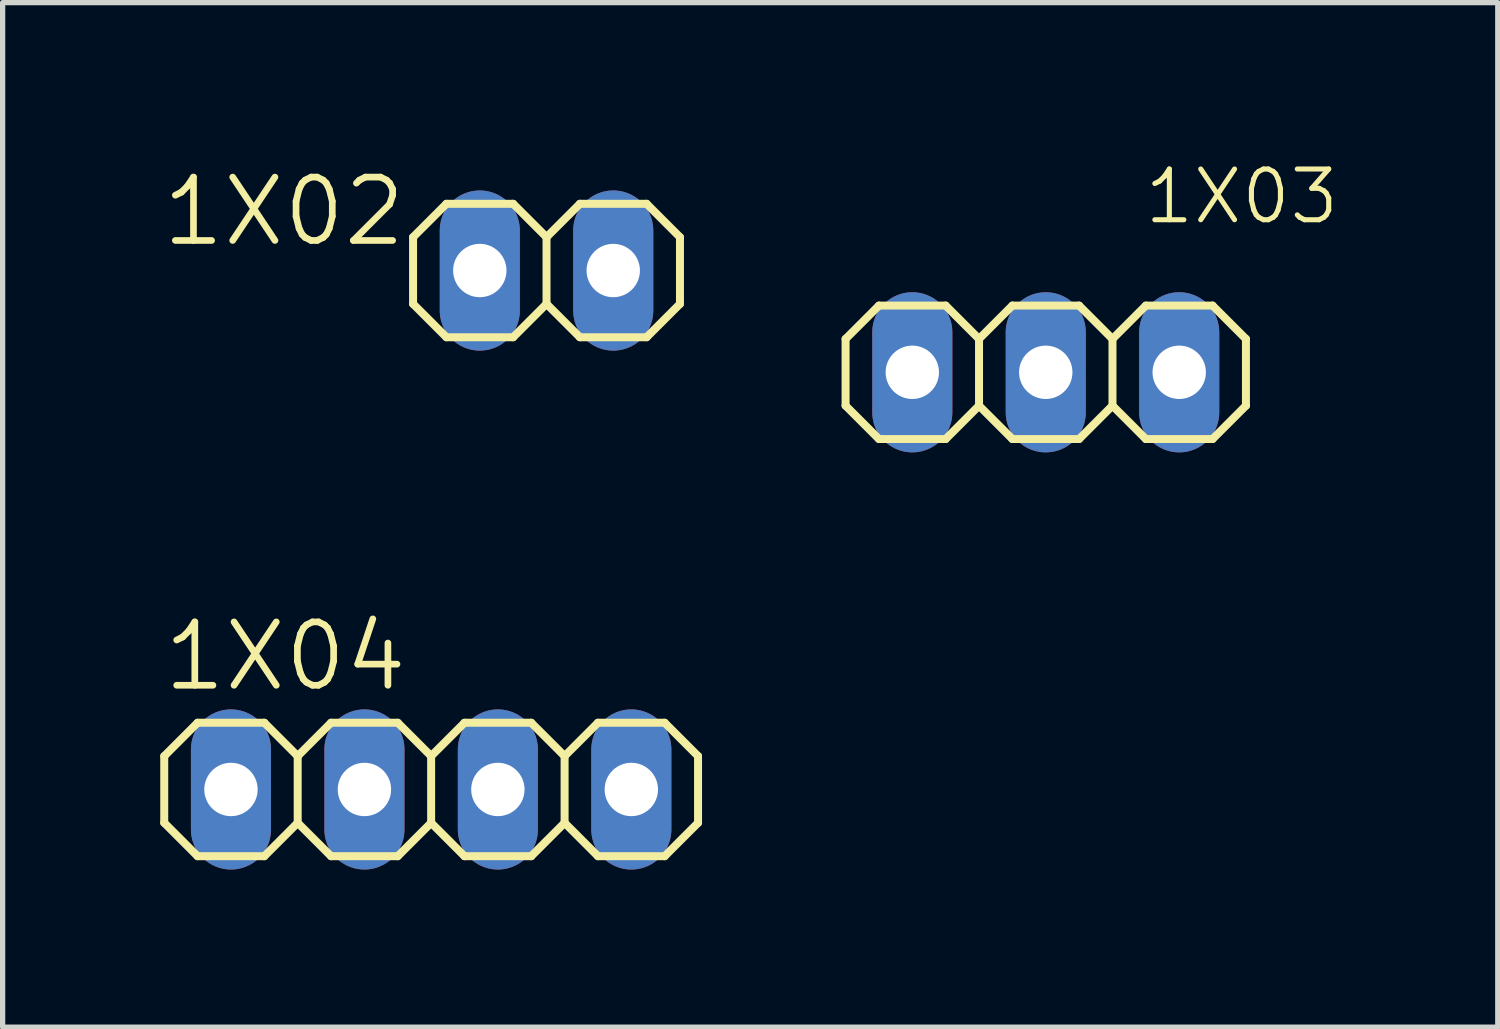
<source format=kicad_pcb>
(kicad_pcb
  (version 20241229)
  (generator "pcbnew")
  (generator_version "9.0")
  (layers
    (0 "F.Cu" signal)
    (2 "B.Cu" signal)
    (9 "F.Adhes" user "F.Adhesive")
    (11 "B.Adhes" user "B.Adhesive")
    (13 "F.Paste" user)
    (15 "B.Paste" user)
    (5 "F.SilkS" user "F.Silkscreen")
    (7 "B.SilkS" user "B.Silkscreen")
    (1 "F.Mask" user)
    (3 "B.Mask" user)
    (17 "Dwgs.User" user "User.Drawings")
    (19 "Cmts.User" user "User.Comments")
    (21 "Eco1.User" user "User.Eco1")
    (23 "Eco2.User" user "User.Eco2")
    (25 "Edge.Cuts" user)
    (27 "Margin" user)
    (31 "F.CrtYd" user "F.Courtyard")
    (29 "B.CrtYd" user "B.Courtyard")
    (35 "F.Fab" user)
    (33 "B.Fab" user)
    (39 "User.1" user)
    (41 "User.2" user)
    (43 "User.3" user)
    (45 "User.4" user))
  (footprint "1X04"
    (layer "F.Cu")
    (at 5.156 11.976)
    (property "Reference" "1X04" (at -5.156 -1.829 0) (layer "F.SilkS") (effects (font (size 1.206 1.206) (thickness 0.127)) (justify left bottom)))
    (attr through_hole)
    (fp_line (start -5.08 -0.635) (end -5.08 0.635) (stroke (width 0.152) (type solid)) (layer "F.SilkS"))
    (fp_line (start -5.08 0.635) (end -4.445 1.27) (stroke (width 0.152) (type solid)) (layer "F.SilkS"))
    (fp_line (start -4.445 -1.27) (end -5.08 -0.635) (stroke (width 0.152) (type solid)) (layer "F.SilkS"))
    (fp_line (start -4.445 -1.27) (end -3.175 -1.27) (stroke (width 0.152) (type solid)) (layer "F.SilkS"))
    (fp_line (start -3.175 -1.27) (end -2.54 -0.635) (stroke (width 0.152) (type solid)) (layer "F.SilkS"))
    (fp_line (start -3.175 1.27) (end -4.445 1.27) (stroke (width 0.152) (type solid)) (layer "F.SilkS"))
    (fp_line (start -2.54 -0.635) (end -2.54 0.635) (stroke (width 0.152) (type solid)) (layer "F.SilkS"))
    (fp_line (start -2.54 -0.635) (end -1.905 -1.27) (stroke (width 0.152) (type solid)) (layer "F.SilkS"))
    (fp_line (start -2.54 0.635) (end -3.175 1.27) (stroke (width 0.152) (type solid)) (layer "F.SilkS"))
    (fp_line (start -1.905 -1.27) (end -0.635 -1.27) (stroke (width 0.152) (type solid)) (layer "F.SilkS"))
    (fp_line (start -1.905 1.27) (end -2.54 0.635) (stroke (width 0.152) (type solid)) (layer "F.SilkS"))
    (fp_line (start -0.635 -1.27) (end 0 -0.635) (stroke (width 0.152) (type solid)) (layer "F.SilkS"))
    (fp_line (start -0.635 1.27) (end -1.905 1.27) (stroke (width 0.152) (type solid)) (layer "F.SilkS"))
    (fp_line (start 0 -0.635) (end 0 0.635) (stroke (width 0.152) (type solid)) (layer "F.SilkS"))
    (fp_line (start 0 -0.635) (end 0.635 -1.27) (stroke (width 0.152) (type solid)) (layer "F.SilkS"))
    (fp_line (start 0 0.635) (end -0.635 1.27) (stroke (width 0.152) (type solid)) (layer "F.SilkS"))
    (fp_line (start 0.635 -1.27) (end 1.905 -1.27) (stroke (width 0.152) (type solid)) (layer "F.SilkS"))
    (fp_line (start 0.635 1.27) (end 0 0.635) (stroke (width 0.152) (type solid)) (layer "F.SilkS"))
    (fp_line (start 1.905 -1.27) (end 2.54 -0.635) (stroke (width 0.152) (type solid)) (layer "F.SilkS"))
    (fp_line (start 1.905 1.27) (end 0.635 1.27) (stroke (width 0.152) (type solid)) (layer "F.SilkS"))
    (fp_line (start 2.54 -0.635) (end 2.54 0.635) (stroke (width 0.152) (type solid)) (layer "F.SilkS"))
    (fp_line (start 2.54 0.635) (end 1.905 1.27) (stroke (width 0.152) (type solid)) (layer "F.SilkS"))
    (fp_line (start 2.54 0.635) (end 3.175 1.27) (stroke (width 0.152) (type solid)) (layer "F.SilkS"))
    (fp_line (start 3.175 -1.27) (end 2.54 -0.635) (stroke (width 0.152) (type solid)) (layer "F.SilkS"))
    (fp_line (start 3.175 -1.27) (end 4.445 -1.27) (stroke (width 0.152) (type solid)) (layer "F.SilkS"))
    (fp_line (start 4.445 -1.27) (end 5.08 -0.635) (stroke (width 0.152) (type solid)) (layer "F.SilkS"))
    (fp_line (start 4.445 1.27) (end 3.175 1.27) (stroke (width 0.152) (type solid)) (layer "F.SilkS"))
    (fp_line (start 5.08 -0.635) (end 5.08 0.635) (stroke (width 0.152) (type solid)) (layer "F.SilkS"))
    (fp_line (start 5.08 0.635) (end 4.445 1.27) (stroke (width 0.152) (type solid)) (layer "F.SilkS"))
    (fp_poly (pts (xy -4.064 0.254) (xy -3.556 0.254) (xy -3.556 -0.254) (xy -4.064 -0.254)) (stroke (width 0.1) (type solid)) (fill no) (layer "F.Fab"))
    (fp_poly (pts (xy -1.524 0.254) (xy -1.016 0.254) (xy -1.016 -0.254) (xy -1.524 -0.254)) (stroke (width 0.1) (type solid)) (fill no) (layer "F.Fab"))
    (fp_poly (pts (xy 1.016 0.254) (xy 1.524 0.254) (xy 1.524 -0.254) (xy 1.016 -0.254)) (stroke (width 0.1) (type solid)) (fill no) (layer "F.Fab"))
    (fp_poly (pts (xy 3.556 0.254) (xy 4.064 0.254) (xy 4.064 -0.254) (xy 3.556 -0.254)) (stroke (width 0.1) (type solid)) (fill no) (layer "F.Fab"))
    (pad "1" thru_hole oval (at -3.81 0 90) (size 3.048 1.524) (drill 1.016) (layers "*.Cu" "*.Mask"))
    (pad "2" thru_hole oval (at -1.27 0 90) (size 3.048 1.524) (drill 1.016) (layers "*.Cu" "*.Mask"))
    (pad "3" thru_hole oval (at 1.27 0 90) (size 3.048 1.524) (drill 1.016) (layers "*.Cu" "*.Mask"))
    (pad "4" thru_hole oval (at 3.81 0 90) (size 3.048 1.524) (drill 1.016) (layers "*.Cu" "*.Mask")))
  (footprint "1X03"
    (layer "F.Cu")
    (at 16.854 4.036)
    (property "Reference" "1X03" (at 1.829 -2.781 0) (layer "F.SilkS") (effects (font (size 0.965 0.965) (thickness 0.097)) (justify left bottom)))
    (attr through_hole)
    (fp_line (start -3.81 -0.635) (end -3.81 0.635) (stroke (width 0.152) (type solid)) (layer "F.SilkS"))
    (fp_line (start -3.81 0.635) (end -3.175 1.27) (stroke (width 0.152) (type solid)) (layer "F.SilkS"))
    (fp_line (start -3.175 -1.27) (end -3.81 -0.635) (stroke (width 0.152) (type solid)) (layer "F.SilkS"))
    (fp_line (start -3.175 -1.27) (end -1.905 -1.27) (stroke (width 0.152) (type solid)) (layer "F.SilkS"))
    (fp_line (start -1.905 -1.27) (end -1.27 -0.635) (stroke (width 0.152) (type solid)) (layer "F.SilkS"))
    (fp_line (start -1.905 1.27) (end -3.175 1.27) (stroke (width 0.152) (type solid)) (layer "F.SilkS"))
    (fp_line (start -1.27 -0.635) (end -1.27 0.635) (stroke (width 0.152) (type solid)) (layer "F.SilkS"))
    (fp_line (start -1.27 -0.635) (end -0.635 -1.27) (stroke (width 0.152) (type solid)) (layer "F.SilkS"))
    (fp_line (start -1.27 0.635) (end -1.905 1.27) (stroke (width 0.152) (type solid)) (layer "F.SilkS"))
    (fp_line (start -0.635 -1.27) (end 0.635 -1.27) (stroke (width 0.152) (type solid)) (layer "F.SilkS"))
    (fp_line (start -0.635 1.27) (end -1.27 0.635) (stroke (width 0.152) (type solid)) (layer "F.SilkS"))
    (fp_line (start 0.635 -1.27) (end 1.27 -0.635) (stroke (width 0.152) (type solid)) (layer "F.SilkS"))
    (fp_line (start 0.635 1.27) (end -0.635 1.27) (stroke (width 0.152) (type solid)) (layer "F.SilkS"))
    (fp_line (start 1.27 -0.635) (end 1.27 0.635) (stroke (width 0.152) (type solid)) (layer "F.SilkS"))
    (fp_line (start 1.27 -0.635) (end 1.905 -1.27) (stroke (width 0.152) (type solid)) (layer "F.SilkS"))
    (fp_line (start 1.27 0.635) (end 0.635 1.27) (stroke (width 0.152) (type solid)) (layer "F.SilkS"))
    (fp_line (start 1.905 -1.27) (end 3.175 -1.27) (stroke (width 0.152) (type solid)) (layer "F.SilkS"))
    (fp_line (start 1.905 1.27) (end 1.27 0.635) (stroke (width 0.152) (type solid)) (layer "F.SilkS"))
    (fp_line (start 3.175 -1.27) (end 3.81 -0.635) (stroke (width 0.152) (type solid)) (layer "F.SilkS"))
    (fp_line (start 3.175 1.27) (end 1.905 1.27) (stroke (width 0.152) (type solid)) (layer "F.SilkS"))
    (fp_line (start 3.81 -0.635) (end 3.81 0.635) (stroke (width 0.152) (type solid)) (layer "F.SilkS"))
    (fp_line (start 3.81 0.635) (end 3.175 1.27) (stroke (width 0.152) (type solid)) (layer "F.SilkS"))
    (fp_poly (pts (xy -2.794 0.254) (xy -2.286 0.254) (xy -2.286 -0.254) (xy -2.794 -0.254)) (stroke (width 0.1) (type solid)) (fill no) (layer "F.Fab"))
    (fp_poly (pts (xy -0.254 0.254) (xy 0.254 0.254) (xy 0.254 -0.254) (xy -0.254 -0.254)) (stroke (width 0.1) (type solid)) (fill no) (layer "F.Fab"))
    (fp_poly (pts (xy 2.286 0.254) (xy 2.794 0.254) (xy 2.794 -0.254) (xy 2.286 -0.254)) (stroke (width 0.1) (type solid)) (fill no) (layer "F.Fab"))
    (pad "1" thru_hole oval (at -2.54 0 90) (size 3.048 1.524) (drill 1.016) (layers "*.Cu" "*.Mask"))
    (pad "2" thru_hole oval (at 0 0 90) (size 3.048 1.524) (drill 1.016) (layers "*.Cu" "*.Mask"))
    (pad "3" thru_hole oval (at 2.54 0 90) (size 3.048 1.524) (drill 1.016) (layers "*.Cu" "*.Mask")))
  (footprint "1X02"
    (layer "F.Cu")
    (at 7.352 2.099)
    (property "Reference" "1X02" (at -2.616 -1.829 0) (layer "F.SilkS") (effects (font (size 1.206 1.206) (thickness 0.127)) (justify right top)))
    (attr through_hole)
    (fp_line (start -2.54 -0.635) (end -2.54 0.635) (stroke (width 0.152) (type solid)) (layer "F.SilkS"))
    (fp_line (start -2.54 0.635) (end -1.905 1.27) (stroke (width 0.152) (type solid)) (layer "F.SilkS"))
    (fp_line (start -1.905 -1.27) (end -2.54 -0.635) (stroke (width 0.152) (type solid)) (layer "F.SilkS"))
    (fp_line (start -1.905 -1.27) (end -0.635 -1.27) (stroke (width 0.152) (type solid)) (layer "F.SilkS"))
    (fp_line (start -0.635 -1.27) (end 0 -0.635) (stroke (width 0.152) (type solid)) (layer "F.SilkS"))
    (fp_line (start -0.635 1.27) (end -1.905 1.27) (stroke (width 0.152) (type solid)) (layer "F.SilkS"))
    (fp_line (start 0 -0.635) (end 0 0.635) (stroke (width 0.152) (type solid)) (layer "F.SilkS"))
    (fp_line (start 0 -0.635) (end 0.635 -1.27) (stroke (width 0.152) (type solid)) (layer "F.SilkS"))
    (fp_line (start 0 0.635) (end -0.635 1.27) (stroke (width 0.152) (type solid)) (layer "F.SilkS"))
    (fp_line (start 0.635 -1.27) (end 1.905 -1.27) (stroke (width 0.152) (type solid)) (layer "F.SilkS"))
    (fp_line (start 0.635 1.27) (end 0 0.635) (stroke (width 0.152) (type solid)) (layer "F.SilkS"))
    (fp_line (start 1.905 -1.27) (end 2.54 -0.635) (stroke (width 0.152) (type solid)) (layer "F.SilkS"))
    (fp_line (start 1.905 1.27) (end 0.635 1.27) (stroke (width 0.152) (type solid)) (layer "F.SilkS"))
    (fp_line (start 2.54 -0.635) (end 2.54 0.635) (stroke (width 0.152) (type solid)) (layer "F.SilkS"))
    (fp_line (start 2.54 0.635) (end 1.905 1.27) (stroke (width 0.152) (type solid)) (layer "F.SilkS"))
    (fp_poly (pts (xy -1.524 0.254) (xy -1.016 0.254) (xy -1.016 -0.254) (xy -1.524 -0.254)) (stroke (width 0.1) (type solid)) (fill no) (layer "F.Fab"))
    (fp_poly (pts (xy 1.016 0.254) (xy 1.524 0.254) (xy 1.524 -0.254) (xy 1.016 -0.254)) (stroke (width 0.1) (type solid)) (fill no) (layer "F.Fab"))
    (pad "1" thru_hole oval (at -1.27 0 90) (size 3.048 1.524) (drill 1.016) (layers "*.Cu" "*.Mask"))
    (pad "2" thru_hole oval (at 1.27 0 90) (size 3.048 1.524) (drill 1.016) (layers "*.Cu" "*.Mask")))
  (gr_rect
    (start -3 -3)
    (end 25.457 16.5)
    (stroke (width 0.1) (type default))
    (fill no)
    (layer "Edge.Cuts")))
</source>
